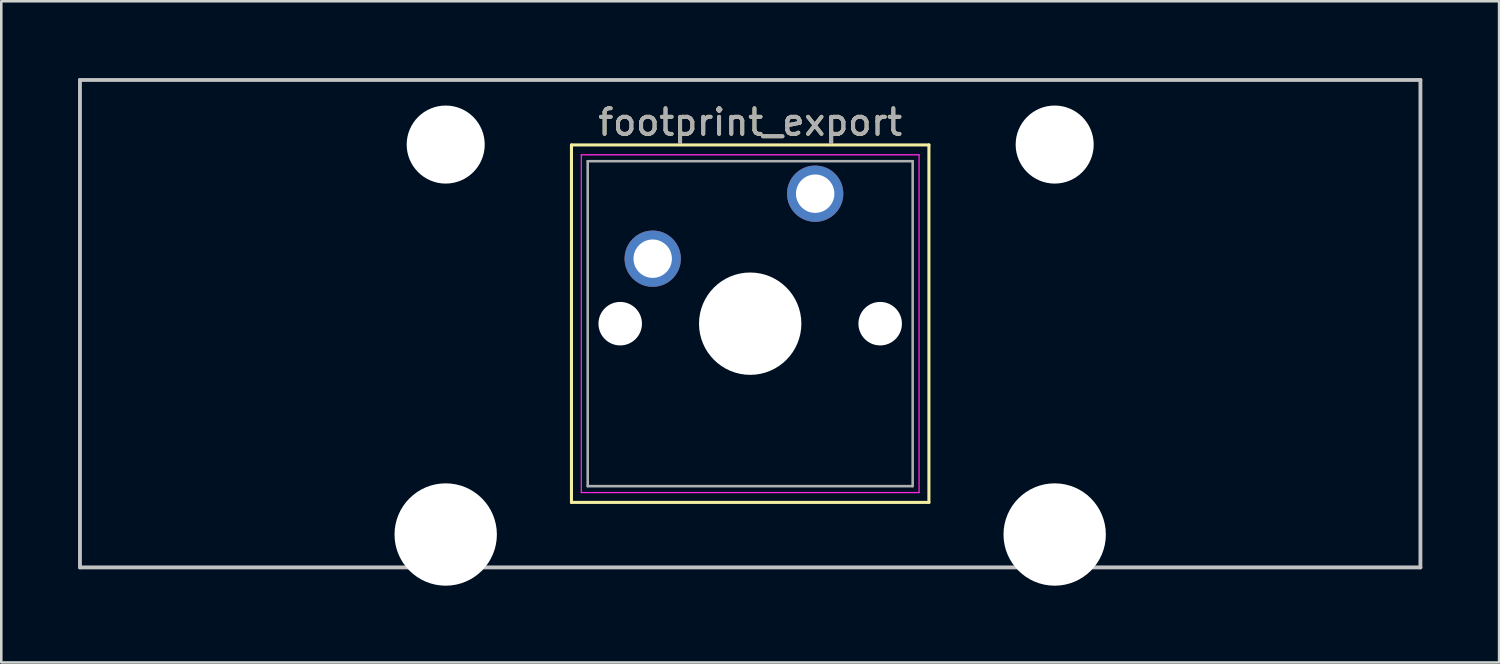
<source format=kicad_pcb>
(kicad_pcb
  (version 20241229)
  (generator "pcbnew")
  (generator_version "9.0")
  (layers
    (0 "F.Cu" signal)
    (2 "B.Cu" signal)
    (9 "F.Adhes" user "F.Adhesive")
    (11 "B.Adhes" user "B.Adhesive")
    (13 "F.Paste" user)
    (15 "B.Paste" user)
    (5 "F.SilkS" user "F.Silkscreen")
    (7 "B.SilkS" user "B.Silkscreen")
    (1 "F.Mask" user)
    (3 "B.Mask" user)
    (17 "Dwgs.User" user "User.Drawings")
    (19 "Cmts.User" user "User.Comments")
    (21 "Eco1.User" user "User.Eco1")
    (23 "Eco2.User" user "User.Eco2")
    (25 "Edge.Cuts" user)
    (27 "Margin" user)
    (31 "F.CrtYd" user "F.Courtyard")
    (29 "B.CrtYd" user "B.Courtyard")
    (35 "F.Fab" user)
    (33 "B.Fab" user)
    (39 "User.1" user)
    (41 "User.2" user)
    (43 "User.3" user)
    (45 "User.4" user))
  (footprint "footprint_export"
    (layer "F.Cu")
    (at 28.809 4.52)
    (property "Reference" "footprint_export" (at -2.54 -2.794 0) (layer "F.SilkS") (effects (font (size 1 1) (thickness 0.15))))
    (attr through_hole)
    (fp_line (start -9.525 -1.905) (end 4.445 -1.905) (stroke (width 0.12) (type solid)) (layer "F.SilkS"))
    (fp_line (start -9.525 12.065) (end -9.525 -1.905) (stroke (width 0.12) (type solid)) (layer "F.SilkS"))
    (fp_line (start 4.445 -1.905) (end 4.445 12.065) (stroke (width 0.12) (type solid)) (layer "F.SilkS"))
    (fp_line (start 4.445 12.065) (end -9.525 12.065) (stroke (width 0.12) (type solid)) (layer "F.SilkS"))
    (fp_line (start -28.734 -4.445) (end 23.654 -4.445) (stroke (width 0.15) (type solid)) (layer "Dwgs.User"))
    (fp_line (start -28.734 14.605) (end -28.734 -4.445) (stroke (width 0.15) (type solid)) (layer "Dwgs.User"))
    (fp_line (start 23.654 -4.445) (end 23.654 14.605) (stroke (width 0.15) (type solid)) (layer "Dwgs.User"))
    (fp_line (start 23.654 14.605) (end -28.734 14.605) (stroke (width 0.15) (type solid)) (layer "Dwgs.User"))
    (fp_line (start -9.14 -1.52) (end 4.06 -1.52) (stroke (width 0.05) (type solid)) (layer "F.CrtYd"))
    (fp_line (start -9.14 11.68) (end -9.14 -1.52) (stroke (width 0.05) (type solid)) (layer "F.CrtYd"))
    (fp_line (start 4.06 -1.52) (end 4.06 11.68) (stroke (width 0.05) (type solid)) (layer "F.CrtYd"))
    (fp_line (start 4.06 11.68) (end -9.14 11.68) (stroke (width 0.05) (type solid)) (layer "F.CrtYd"))
    (fp_line (start -8.89 -1.27) (end 3.81 -1.27) (stroke (width 0.1) (type solid)) (layer "F.Fab"))
    (fp_line (start -8.89 11.43) (end -8.89 -1.27) (stroke (width 0.1) (type solid)) (layer "F.Fab"))
    (fp_line (start 3.81 -1.27) (end 3.81 11.43) (stroke (width 0.1) (type solid)) (layer "F.Fab"))
    (fp_line (start 3.81 11.43) (end -8.89 11.43) (stroke (width 0.1) (type solid)) (layer "F.Fab"))
    (fp_text user "${REFERENCE}" (at -2.54 -2.794 0) (layer "F.Fab") (effects (font (size 1 1) (thickness 0.15))))
    (pad "" np_thru_hole circle (at -14.44 -1.92) (size 3.05 3.05) (drill 3.05) (layers "*.Cu" "*.Mask"))
    (pad "" np_thru_hole circle (at -14.44 13.32) (size 4 4) (drill 4) (layers "*.Cu" "*.Mask"))
    (pad "" np_thru_hole circle (at -7.62 5.08) (size 1.7 1.7) (drill 1.7) (layers "*.Cu" "*.Mask"))
    (pad "" np_thru_hole circle (at -2.54 5.08) (size 4 4) (drill 4) (layers "*.Cu" "*.Mask"))
    (pad "" np_thru_hole circle (at 2.54 5.08) (size 1.7 1.7) (drill 1.7) (layers "*.Cu" "*.Mask"))
    (pad "" np_thru_hole circle (at 9.36 -1.92) (size 3.05 3.05) (drill 3.05) (layers "*.Cu" "*.Mask"))
    (pad "" np_thru_hole circle (at 9.36 13.32) (size 4 4) (drill 4) (layers "*.Cu" "*.Mask"))
    (pad "1" thru_hole circle (at 0 0) (size 2.2 2.2) (drill 1.5) (layers "*.Cu" "*.Mask"))
    (pad "2" thru_hole circle (at -6.35 2.54) (size 2.2 2.2) (drill 1.5) (layers "*.Cu" "*.Mask")))
  (gr_rect
    (start -3 -3)
    (end 55.538 22.84)
    (stroke (width 0.1) (type default))
    (fill no)
    (layer "Edge.Cuts")))
</source>
